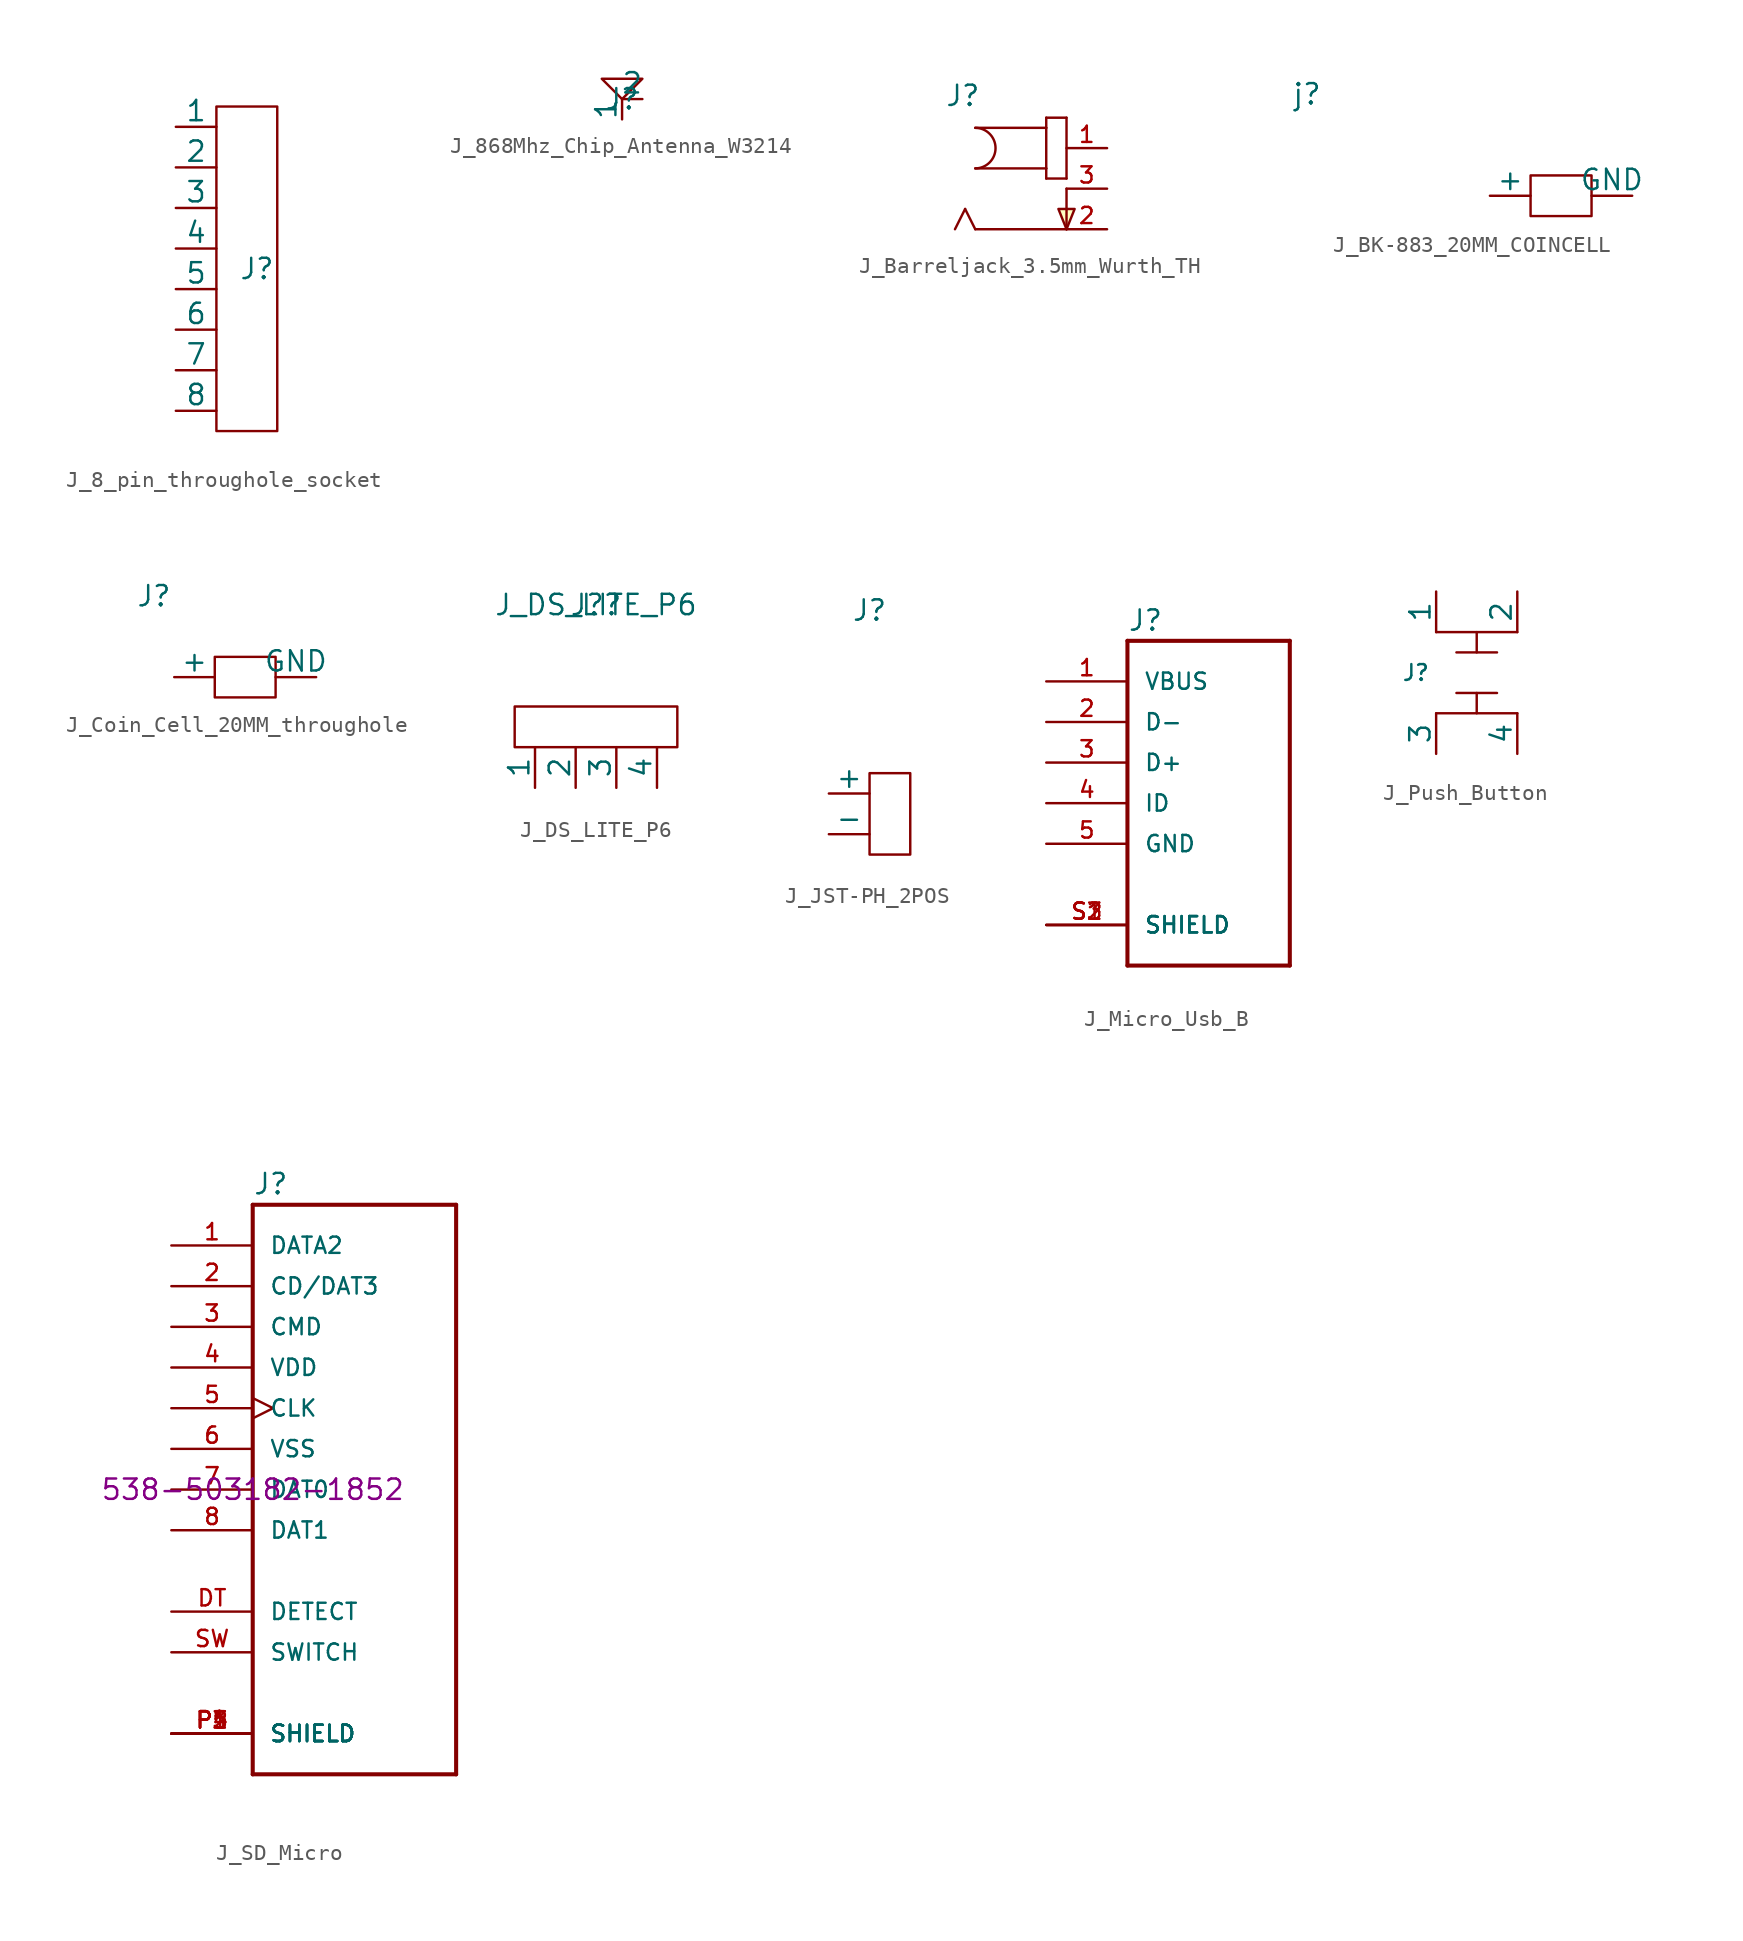
<source format=kicad_sym>
(kicad_symbol_lib
  (version 20220914)
  (generator kicad_symbol_editor)
  (symbol "J_8_pin_throughole_socket"
    (pin_numbers hide)
    (pin_names
      (offset 0))
    (property "Reference" "J"
      (at 2.54 0 0)
      (effects (font (size 1.27 1.27))))
    (symbol "J_8_pin_throughole_socket_0_1"
      (rectangle (start 0 10.16) (end 3.81 -10.16) (stroke (width 0) (type solid)) (fill (type none))))
    (symbol "J_8_pin_throughole_socket_1_1"
      (pin input line (at -2.54 8.89 0) (length 2.54) (name "1" (effects (font (size 1.27 1.27)))) (number "1" (effects (font (size 1.27 1.27)))))
      (pin input line (at -2.54 6.35 0) (length 2.54) (name "2" (effects (font (size 1.27 1.27)))) (number "2" (effects (font (size 1.27 1.27)))))
      (pin input line (at -2.54 3.81 0) (length 2.54) (name "3" (effects (font (size 1.27 1.27)))) (number "3" (effects (font (size 1.27 1.27)))))
      (pin input line (at -2.54 1.27 0) (length 2.54) (name "4" (effects (font (size 1.27 1.27)))) (number "4" (effects (font (size 1.27 1.27)))))
      (pin input line (at -2.54 -1.27 0) (length 2.54) (name "5" (effects (font (size 1.27 1.27)))) (number "5" (effects (font (size 1.27 1.27)))))
      (pin input line (at -2.54 -3.81 0) (length 2.54) (name "6" (effects (font (size 1.27 1.27)))) (number "6" (effects (font (size 1.27 1.27)))))
      (pin input line (at -2.54 -6.35 0) (length 2.54) (name "7" (effects (font (size 1.27 1.27)))) (number "7" (effects (font (size 1.27 1.27)))))
      (pin input line (at -2.54 -8.89 0) (length 2.54) (name "8" (effects (font (size 1.27 1.27)))) (number "8" (effects (font (size 1.27 1.27)))))))
  (symbol "J_868Mhz_Chip_Antenna_W3214"
    (pin_numbers hide)
    (pin_names
      (offset 0))
    (property "Reference" "J"
      (at 0 0 0)
      (effects (font (size 1.27 1.27))))
    (symbol "J_868Mhz_Chip_Antenna_W3214_1_1"
      (polyline (pts (xy 0 0) (xy 1.27 1.27) (xy -1.27 1.27) (xy 0 0)) (stroke (width 0) (type solid)) (fill (type none)))
      (pin input line (at 0 -1.27 90) (length 1.27) (name "1" (effects (font (size 1.27 1.27)))) (number "1" (effects (font (size 1.27 1.27)))))
      (pin input line (at 1.27 0 180) (length 1.27) (name "2" (effects (font (size 1.27 1.27)))) (number "2" (effects (font (size 1.27 1.27)))))))
  (symbol "J_Barreljack_3.5mm_Wurth_TH"
    (pin_names
      (offset 1.016) hide)
    (property "Reference" "J"
      (at -10.16 2.54 0)
      (effects (font (size 1.27 1.27)) (justify left bottom)))
    (symbol "J_Barreljack_3.5mm_Wurth_TH_0_0"
      (arc (start -8.255 -1.27) (mid -6.9905 0) (end -8.255 1.27) (stroke (width 0.1524) (type solid)) (fill (type none)))
      (polyline (pts (xy -8.89 -3.81) (xy -9.525 -5.08)) (stroke (width 0.152) (type solid)) (fill (type none)))
      (polyline (pts (xy -8.255 -5.08) (xy -8.89 -3.81)) (stroke (width 0.152) (type solid)) (fill (type none)))
      (polyline (pts (xy -8.255 1.27) (xy -3.81 1.27)) (stroke (width 0.152) (type solid)) (fill (type none)))
      (polyline (pts (xy -3.81 -1.905) (xy -2.54 -1.905)) (stroke (width 0.152) (type solid)) (fill (type none)))
      (polyline (pts (xy -3.81 -1.27) (xy -8.255 -1.27)) (stroke (width 0.152) (type solid)) (fill (type none)))
      (polyline (pts (xy -3.81 -1.27) (xy -3.81 -1.905)) (stroke (width 0.152) (type solid)) (fill (type none)))
      (polyline (pts (xy -3.81 1.27) (xy -3.81 -1.27)) (stroke (width 0.152) (type solid)) (fill (type none)))
      (polyline (pts (xy -3.81 1.905) (xy -3.81 1.27)) (stroke (width 0.152) (type solid)) (fill (type none)))
      (polyline (pts (xy -2.54 -5.08) (xy -8.255 -5.08)) (stroke (width 0.152) (type solid)) (fill (type none)))
      (polyline (pts (xy -2.54 -2.54) (xy -2.54 -5.08)) (stroke (width 0.152) (type solid)) (fill (type none)))
      (polyline (pts (xy -2.54 -1.905) (xy -2.54 1.905)) (stroke (width 0.152) (type solid)) (fill (type none)))
      (polyline (pts (xy -2.54 1.905) (xy -3.81 1.905)) (stroke (width 0.152) (type solid)) (fill (type none)))
      (polyline (pts (xy -2.54 -5.08) (xy -3.048 -3.81) (xy -2.032 -3.81) (xy -2.54 -5.08)) (stroke (width 0.152) (type solid)) (fill (type background)))
      (pin passive line (at 0 0 180) (length 2.54) (name "~" (effects (font (size 1.016 1.016)))) (number "1" (effects (font (size 1.016 1.016)))))
      (pin passive line (at 0 -5.08 180) (length 2.54) (name "~" (effects (font (size 1.016 1.016)))) (number "2" (effects (font (size 1.016 1.016)))))
      (pin passive line (at 0 -2.54 180) (length 2.54) (name "~" (effects (font (size 1.016 1.016)))) (number "3" (effects (font (size 1.016 1.016)))))))
  (symbol "J_BK-883_20MM_COINCELL"
    (pin_numbers hide)
    (pin_names
      (offset 0))
    (property "Reference" "j"
      (at -11.43 6.35 0)
      (effects (font (size 1.27 1.27))))
    (symbol "J_BK-883_20MM_COINCELL_0_1"
      (rectangle (start 2.54 1.27) (end 6.35 -1.27) (stroke (width 0) (type solid)) (fill (type none))))
    (symbol "J_BK-883_20MM_COINCELL_1_1"
      (pin input line (at 0 0 0) (length 2.54) (name "+" (effects (font (size 1.27 1.27)))) (number "1" (effects (font (size 1.27 1.27)))))
      (pin input line (at 8.89 0 180) (length 2.54) (name "GND" (effects (font (size 1.27 1.27)))) (number "2" (effects (font (size 1.27 1.27)))))))
  (symbol "J_Coin_Cell_20MM_throughole"
    (pin_numbers hide)
    (pin_names
      (offset 0))
    (property "Reference" "J"
      (at -1.27 5.08 0)
      (effects (font (size 1.27 1.27))))
    (symbol "J_Coin_Cell_20MM_throughole_1_1"
      (rectangle (start 2.54 1.27) (end 6.35 -1.27) (stroke (width 0) (type solid)) (fill (type none)))
      (pin input line (at 0 0 0) (length 2.54) (name "+" (effects (font (size 1.27 1.27)))) (number "1" (effects (font (size 1.27 1.27)))))
      (pin input line (at 8.89 0 180) (length 2.54) (name "GND" (effects (font (size 1.27 1.27)))) (number "2" (effects (font (size 1.27 1.27)))))))
  (symbol "J_DS_LITE_P6"
    (pin_numbers hide)
    (pin_names
      (offset 0))
    (property "Reference" "J?"
      (at 0 6.35 0)
      (effects (font (size 1.27 1.27))))
    (property "Value" "J_DS_LITE_P6"
      (at 0 6.35 0)
      (effects (font (size 1.27 1.27))))
    (symbol "J_DS_LITE_P6_0_1"
      (rectangle (start 5.08 -2.54) (end -5.08 0) (stroke (width 0) (type solid)) (fill (type none))))
    (symbol "J_DS_LITE_P6_1_1"
      (pin bidirectional line (at -3.81 -5.08 90) (length 2.54) (name "1" (effects (font (size 1.27 1.27)))) (number "1" (effects (font (size 1.27 1.27)))))
      (pin bidirectional line (at -1.27 -5.08 90) (length 2.54) (name "2" (effects (font (size 1.27 1.27)))) (number "2" (effects (font (size 1.27 1.27)))))
      (pin bidirectional line (at 1.27 -5.08 90) (length 2.54) (name "3" (effects (font (size 1.27 1.27)))) (number "3" (effects (font (size 1.27 1.27)))))
      (pin bidirectional line (at 3.81 -5.08 90) (length 2.54) (name "4" (effects (font (size 1.27 1.27)))) (number "4" (effects (font (size 1.27 1.27)))))))
  (symbol "J_JST-PH_2POS"
    (pin_numbers hide)
    (pin_names
      (offset 0))
    (property "Reference" "J"
      (at 0 12.7 0)
      (effects (font (size 1.27 1.27))))
    (symbol "J_JST-PH_2POS_0_1"
      (rectangle (start 0 2.54) (end 2.54 -2.54) (stroke (width 0) (type solid)) (fill (type none))))
    (symbol "J_JST-PH_2POS_1_1"
      (pin input line (at -2.54 1.27 0) (length 2.54) (name "+" (effects (font (size 1.27 1.27)))) (number "1" (effects (font (size 1.27 1.27)))))
      (pin input line (at -2.54 -1.27 0) (length 2.54) (name "-" (effects (font (size 1.27 1.27)))) (number "2" (effects (font (size 1.27 1.27)))))))
  (symbol "J_Micro_Usb_B"
    (pin_names
      (offset 1.016))
    (property "Reference" "J"
      (at -5.08 10.693 0)
      (effects (font (size 1.27 1.27)) (justify left bottom)))
    (symbol "J_Micro_Usb_B_0_0"
      (polyline (pts (xy -5.08 -10.16) (xy 5.08 -10.16)) (stroke (width 0.254) (type solid)) (fill (type none)))
      (polyline (pts (xy -5.08 10.16) (xy -5.08 -10.16)) (stroke (width 0.254) (type solid)) (fill (type none)))
      (polyline (pts (xy 5.08 -10.16) (xy 5.08 10.16)) (stroke (width 0.254) (type solid)) (fill (type none)))
      (polyline (pts (xy 5.08 10.16) (xy -5.08 10.16)) (stroke (width 0.254) (type solid)) (fill (type none)))
      (pin passive line (at -10.16 7.62 0) (length 5.08) (name "VBUS" (effects (font (size 1.016 1.016)))) (number "1" (effects (font (size 1.016 1.016)))))
      (pin passive line (at -10.16 5.08 0) (length 5.08) (name "D-" (effects (font (size 1.016 1.016)))) (number "2" (effects (font (size 1.016 1.016)))))
      (pin passive line (at -10.16 2.54 0) (length 5.08) (name "D+" (effects (font (size 1.016 1.016)))) (number "3" (effects (font (size 1.016 1.016)))))
      (pin passive line (at -10.16 0 0) (length 5.08) (name "ID" (effects (font (size 1.016 1.016)))) (number "4" (effects (font (size 1.016 1.016)))))
      (pin passive line (at -10.16 -2.54 0) (length 5.08) (name "GND" (effects (font (size 1.016 1.016)))) (number "5" (effects (font (size 1.016 1.016)))))
      (pin passive line (at -10.16 -7.62 0) (length 5.08) (name "SHIELD" (effects (font (size 1.016 1.016)))) (number "S1" (effects (font (size 1.016 1.016)))))
      (pin passive line (at -10.16 -7.62 0) (length 5.08) (name "SHIELD" (effects (font (size 1.016 1.016)))) (number "S2" (effects (font (size 1.016 1.016)))))
      (pin passive line (at -10.16 -7.62 0) (length 5.08) (name "SHIELD" (effects (font (size 1.016 1.016)))) (number "S3" (effects (font (size 1.016 1.016)))))))
  (symbol "J_Push_Button"
    (pin_numbers hide)
    (pin_names
      (offset 0))
    (property "Reference" "J"
      (at -3.81 0 0)
      (effects (font (size 0.991 0.991))))
    (symbol "J_Push_Button_0_1"
      (polyline (pts (xy -2.54 2.54) (xy 2.54 2.54)) (stroke (width 0) (type solid)) (fill (type none)))
      (polyline (pts (xy -1.27 1.27) (xy 1.27 1.27)) (stroke (width 0) (type solid)) (fill (type none)))
      (polyline (pts (xy 0 -2.54) (xy 0 -1.27)) (stroke (width 0) (type solid)) (fill (type none)))
      (polyline (pts (xy 0 2.54) (xy 0 1.27)) (stroke (width 0) (type solid)) (fill (type none)))
      (polyline (pts (xy 1.27 -1.27) (xy -1.27 -1.27)) (stroke (width 0) (type solid)) (fill (type none)))
      (polyline (pts (xy 2.54 -2.54) (xy -2.54 -2.54)) (stroke (width 0) (type solid)) (fill (type none))))
    (symbol "J_Push_Button_1_1"
      (pin input line (at -2.54 5.08 270) (length 2.54) (name "1" (effects (font (size 1.27 1.27)))) (number "1" (effects (font (size 1.27 1.27)))))
      (pin input line (at 2.54 5.08 270) (length 2.54) (name "2" (effects (font (size 1.27 1.27)))) (number "2" (effects (font (size 1.27 1.27)))))
      (pin input line (at -2.54 -5.08 90) (length 2.54) (name "3" (effects (font (size 1.27 1.27)))) (number "3" (effects (font (size 1.27 1.27)))))
      (pin input line (at 2.54 -5.08 90) (length 2.54) (name "4" (effects (font (size 1.27 1.27)))) (number "4" (effects (font (size 1.27 1.27)))))))
  (symbol "J_SD_Micro"
    (pin_names
      (offset 1.016))
    (property "Reference" "J"
      (at 0 18.339 0)
      (effects (font (size 1.27 1.27)) (justify left bottom)))
    (property "Mouser" "538-503182-1852"
      (at 0 0 0)
      (effects (font (size 1.27 1.27))))
    (symbol "J_SD_Micro_0_0"
      (polyline (pts (xy 0 -17.78) (xy 12.7 -17.78)) (stroke (width 0.254) (type solid)) (fill (type none)))
      (polyline (pts (xy 0 17.78) (xy 0 -17.78)) (stroke (width 0.254) (type solid)) (fill (type none)))
      (polyline (pts (xy 12.7 -17.78) (xy 12.7 17.78)) (stroke (width 0.254) (type solid)) (fill (type none)))
      (polyline (pts (xy 12.7 17.78) (xy 0 17.78)) (stroke (width 0.254) (type solid)) (fill (type none)))
      (pin bidirectional line (at -5.08 15.24 0) (length 5.08) (name "DATA2" (effects (font (size 1.016 1.016)))) (number "1" (effects (font (size 1.016 1.016)))))
      (pin bidirectional line (at -5.08 12.7 0) (length 5.08) (name "CD/DAT3" (effects (font (size 1.016 1.016)))) (number "2" (effects (font (size 1.016 1.016)))))
      (pin bidirectional line (at -5.08 10.16 0) (length 5.08) (name "CMD" (effects (font (size 1.016 1.016)))) (number "3" (effects (font (size 1.016 1.016)))))
      (pin power_in line (at -5.08 7.62 0) (length 5.08) (name "VDD" (effects (font (size 1.016 1.016)))) (number "4" (effects (font (size 1.016 1.016)))))
      (pin bidirectional clock (at -5.08 5.08 0) (length 5.08) (name "CLK" (effects (font (size 1.016 1.016)))) (number "5" (effects (font (size 1.016 1.016)))))
      (pin power_in line (at -5.08 2.54 0) (length 5.08) (name "VSS" (effects (font (size 1.016 1.016)))) (number "6" (effects (font (size 1.016 1.016)))))
      (pin bidirectional line (at -5.08 0 0) (length 5.08) (name "DAT0" (effects (font (size 1.016 1.016)))) (number "7" (effects (font (size 1.016 1.016)))))
      (pin bidirectional line (at -5.08 -2.54 0) (length 5.08) (name "DAT1" (effects (font (size 1.016 1.016)))) (number "8" (effects (font (size 1.016 1.016)))))
      (pin bidirectional line (at -5.08 -7.62 0) (length 5.08) (name "DETECT" (effects (font (size 1.016 1.016)))) (number "DT" (effects (font (size 1.016 1.016)))))
      (pin passive line (at -5.08 -15.24 0) (length 5.08) (name "SHIELD" (effects (font (size 1.016 1.016)))) (number "P1" (effects (font (size 1.016 1.016)))))
      (pin passive line (at -5.08 -15.24 0) (length 5.08) (name "SHIELD" (effects (font (size 1.016 1.016)))) (number "P2" (effects (font (size 1.016 1.016)))))
      (pin passive line (at -5.08 -15.24 0) (length 5.08) (name "SHIELD" (effects (font (size 1.016 1.016)))) (number "P3" (effects (font (size 1.016 1.016)))))
      (pin passive line (at -5.08 -15.24 0) (length 5.08) (name "SHIELD" (effects (font (size 1.016 1.016)))) (number "P4" (effects (font (size 1.016 1.016)))))
      (pin passive line (at -5.08 -15.24 0) (length 5.08) (name "SHIELD" (effects (font (size 1.016 1.016)))) (number "P5" (effects (font (size 1.016 1.016)))))
      (pin bidirectional line (at -5.08 -10.16 0) (length 5.08) (name "SWITCH" (effects (font (size 1.016 1.016)))) (number "SW" (effects (font (size 1.016 1.016))))))))
</source>
